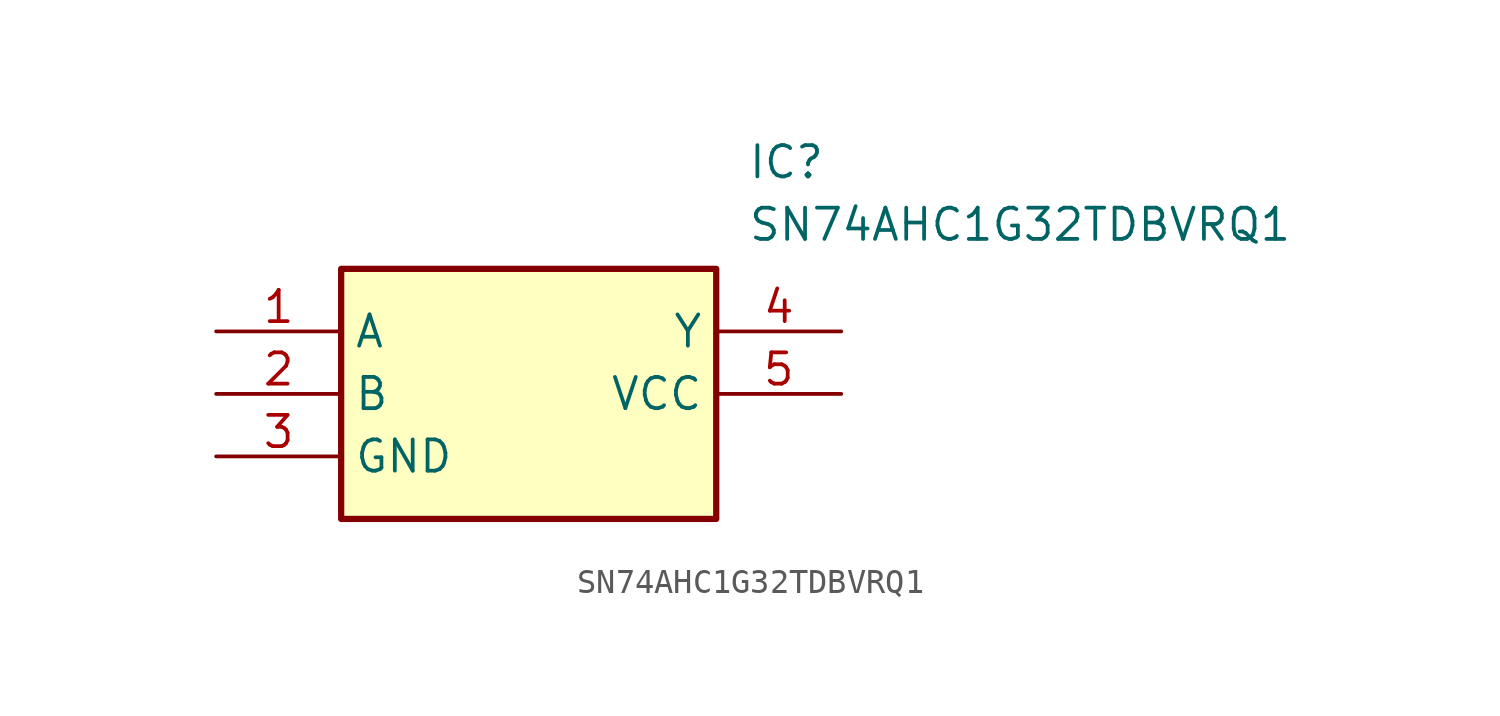
<source format=kicad_sym>
(kicad_symbol_lib
  (version 20211014)
  (generator SamacSys_ECAD_Model)
  (symbol "SN74AHC1G32TDBVRQ1"
    (property "Reference" "IC"
      (at 21.59 7.62 0)
      (effects (font (size 1.27 1.27)) (justify left top)))
    (property "Value" "SN74AHC1G32TDBVRQ1"
      (at 21.59 5.08 0)
      (effects (font (size 1.27 1.27)) (justify left top)))
    (rectangle
      (start 5.08 2.54)
      (end 20.32 -7.62)
      (stroke (width 0.254) (type default))
      (fill (type background)))
    (pin passive line
      (at 0 0 0)
      (length 5.08)
      (name "A" (effects (font (size 1.27 1.27))))
      (number "1" (effects (font (size 1.27 1.27)))))
    (pin passive line
      (at 0 -2.54 0)
      (length 5.08)
      (name "B" (effects (font (size 1.27 1.27))))
      (number "2" (effects (font (size 1.27 1.27)))))
    (pin passive line
      (at 0 -5.08 0)
      (length 5.08)
      (name "GND" (effects (font (size 1.27 1.27))))
      (number "3" (effects (font (size 1.27 1.27)))))
    (pin passive line
      (at 25.4 0 180)
      (length 5.08)
      (name "Y" (effects (font (size 1.27 1.27))))
      (number "4" (effects (font (size 1.27 1.27)))))
    (pin passive line
      (at 25.4 -2.54 180)
      (length 5.08)
      (name "VCC" (effects (font (size 1.27 1.27))))
      (number "5" (effects (font (size 1.27 1.27)))))))
</source>
